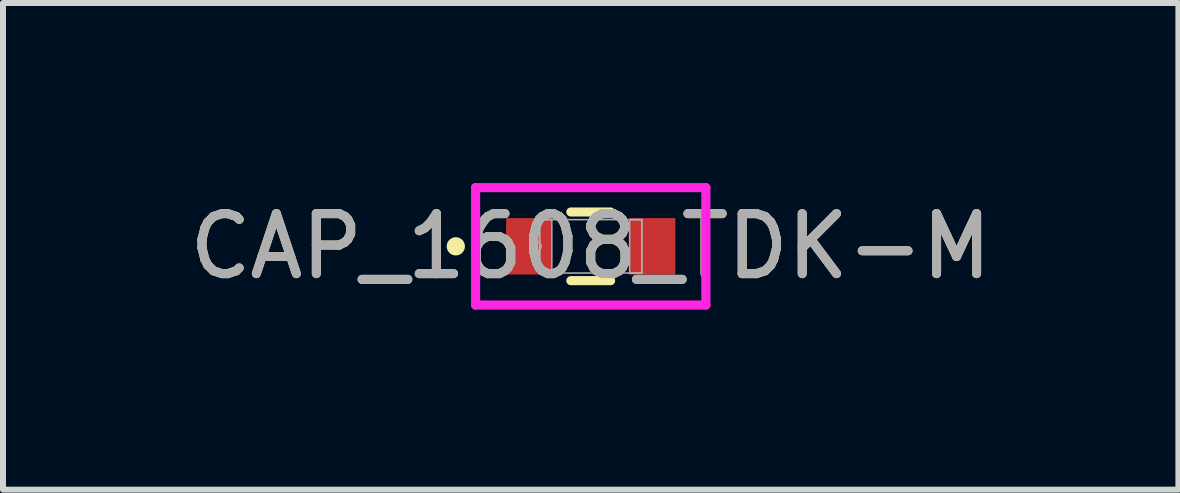
<source format=kicad_pcb>
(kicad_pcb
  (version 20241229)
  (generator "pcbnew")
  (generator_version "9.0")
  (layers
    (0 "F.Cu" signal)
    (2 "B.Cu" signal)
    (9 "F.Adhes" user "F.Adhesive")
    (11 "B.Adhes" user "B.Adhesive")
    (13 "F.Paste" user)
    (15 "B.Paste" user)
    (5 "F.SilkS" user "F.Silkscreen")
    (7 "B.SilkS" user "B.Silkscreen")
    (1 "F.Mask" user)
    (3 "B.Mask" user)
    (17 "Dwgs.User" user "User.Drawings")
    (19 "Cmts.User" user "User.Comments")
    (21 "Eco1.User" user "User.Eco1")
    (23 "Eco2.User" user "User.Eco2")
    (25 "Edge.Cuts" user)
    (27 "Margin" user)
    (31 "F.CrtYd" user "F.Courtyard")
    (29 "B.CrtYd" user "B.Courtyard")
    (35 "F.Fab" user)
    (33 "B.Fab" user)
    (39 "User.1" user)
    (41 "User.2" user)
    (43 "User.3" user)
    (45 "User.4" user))
  (footprint "CAP_1608_TDK-M"
    (layer "F.Cu")
    (at 6.792 1.054)
    (property "Reference" "CAP_1608_TDK-M" (at 0 0 0) (unlocked yes) (layer "F.SilkS") (effects (font (size 1 1) (thickness 0.15))))
    (attr smd)
    (fp_line (start -0.331 0.572) (end 0.331 0.572) (stroke (width 0.152) (type solid)) (layer "F.SilkS"))
    (fp_line (start 0.331 -0.572) (end -0.331 -0.572) (stroke (width 0.152) (type solid)) (layer "F.SilkS"))
    (fp_circle (center -2.248 0) (end -2.172 0) (stroke (width 0.152) (type solid)) (fill no) (layer "F.SilkS"))
    (fp_line (start -1.918 -0.978) (end 1.918 -0.978) (stroke (width 0.152) (type solid)) (layer "F.CrtYd"))
    (fp_line (start -1.918 0.978) (end -1.918 -0.978) (stroke (width 0.152) (type solid)) (layer "F.CrtYd"))
    (fp_line (start 1.918 -0.978) (end 1.918 0.978) (stroke (width 0.152) (type solid)) (layer "F.CrtYd"))
    (fp_line (start 1.918 0.978) (end -1.918 0.978) (stroke (width 0.152) (type solid)) (layer "F.CrtYd"))
    (fp_line (start -0.851 -0.445) (end -0.851 0.445) (stroke (width 0.025) (type solid)) (layer "F.Fab"))
    (fp_line (start -0.851 -0.445) (end -0.851 0.445) (stroke (width 0.025) (type solid)) (layer "F.Fab"))
    (fp_line (start -0.851 0.445) (end -0.648 0.445) (stroke (width 0.025) (type solid)) (layer "F.Fab"))
    (fp_line (start -0.851 0.445) (end 0.851 0.445) (stroke (width 0.025) (type solid)) (layer "F.Fab"))
    (fp_line (start -0.648 -0.445) (end -0.851 -0.445) (stroke (width 0.025) (type solid)) (layer "F.Fab"))
    (fp_line (start -0.648 0.445) (end -0.648 -0.445) (stroke (width 0.025) (type solid)) (layer "F.Fab"))
    (fp_line (start 0.648 -0.445) (end 0.648 0.445) (stroke (width 0.025) (type solid)) (layer "F.Fab"))
    (fp_line (start 0.648 0.445) (end 0.851 0.445) (stroke (width 0.025) (type solid)) (layer "F.Fab"))
    (fp_line (start 0.851 -0.445) (end -0.851 -0.445) (stroke (width 0.025) (type solid)) (layer "F.Fab"))
    (fp_line (start 0.851 -0.445) (end 0.648 -0.445) (stroke (width 0.025) (type solid)) (layer "F.Fab"))
    (fp_line (start 0.851 0.445) (end 0.851 -0.445) (stroke (width 0.025) (type solid)) (layer "F.Fab"))
    (fp_line (start 0.851 0.445) (end 0.851 -0.445) (stroke (width 0.025) (type solid)) (layer "F.Fab"))
    (fp_circle (center -0.902 0) (end -0.826 0) (stroke (width 0.025) (type solid)) (fill no) (layer "F.Fab"))
    (fp_text user "${REFERENCE}" (at 0 0 0) (unlocked yes) (layer "F.Fab") (effects (font (size 1 1) (thickness 0.15))))
    (pad "1" smd rect (at -1.029 0) (size 0.762 0.94) (layers "F.Cu" "F.Mask" "F.Paste"))
    (pad "2" smd rect (at 1.029 0) (size 0.762 0.94) (layers "F.Cu" "F.Mask" "F.Paste"))
    (zone (net_name "") (layer "F.Cu") (hatch full 0.508) (connect_pads) (min_thickness 0.254) (filled_areas_thickness no) (keepout (tracks not_allowed) (vias not_allowed) (pads allowed) (copperpour not_allowed) (footprints allowed)) (placement (enabled no)) (fill) (polygon (pts (xy 6.195 0.66) (xy 7.389 0.66) (xy 7.389 1.448) (xy 6.195 1.448)))))
  (gr_rect
    (start -3 -3)
    (end 16.583 5.108)
    (stroke (width 0.1) (type default))
    (fill no)
    (layer "Edge.Cuts")))
</source>
